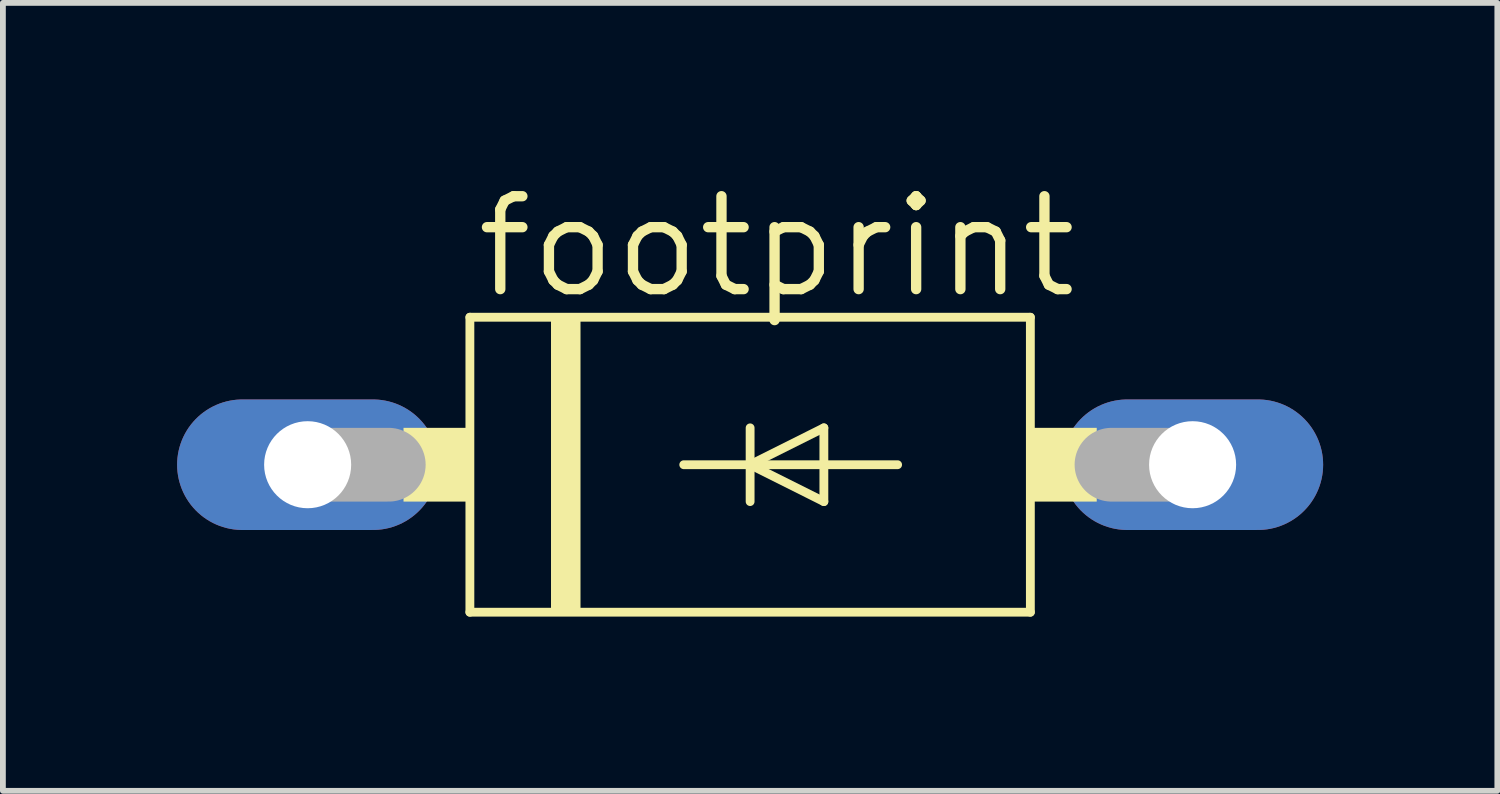
<source format=kicad_pcb>
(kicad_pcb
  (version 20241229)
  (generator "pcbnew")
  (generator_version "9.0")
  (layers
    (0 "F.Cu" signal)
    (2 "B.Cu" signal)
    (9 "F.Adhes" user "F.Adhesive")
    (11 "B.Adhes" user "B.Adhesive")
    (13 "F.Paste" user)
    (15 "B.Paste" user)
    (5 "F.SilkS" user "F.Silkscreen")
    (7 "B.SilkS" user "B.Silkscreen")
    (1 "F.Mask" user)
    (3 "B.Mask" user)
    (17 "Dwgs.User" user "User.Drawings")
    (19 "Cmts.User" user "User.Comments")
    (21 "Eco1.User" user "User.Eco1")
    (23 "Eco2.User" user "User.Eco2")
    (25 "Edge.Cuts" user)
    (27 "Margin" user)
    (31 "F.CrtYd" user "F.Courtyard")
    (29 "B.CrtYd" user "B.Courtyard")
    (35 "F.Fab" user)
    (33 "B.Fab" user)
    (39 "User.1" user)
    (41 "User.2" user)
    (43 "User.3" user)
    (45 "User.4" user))
  (footprint "footprint"
    (layer "F.Cu")
    (at 9.868 4.953)
    (property "Reference" "footprint" (at -4.801 -2.819 0) (layer "F.SilkS") (effects (font (size 1.6 1.6) (thickness 0.178)) (justify left bottom)))
    (fp_line (start -4.826 -2.54) (end 4.826 -2.54) (stroke (width 0.152) (type solid)) (layer "F.SilkS"))
    (fp_line (start -4.826 2.54) (end -4.826 -2.54) (stroke (width 0.152) (type solid)) (layer "F.SilkS"))
    (fp_line (start -1.143 0) (end 0 0) (stroke (width 0.152) (type solid)) (layer "F.SilkS"))
    (fp_line (start 0 -0.635) (end 0 0) (stroke (width 0.152) (type solid)) (layer "F.SilkS"))
    (fp_line (start 0 0) (end 0 0.635) (stroke (width 0.152) (type solid)) (layer "F.SilkS"))
    (fp_line (start 0 0) (end 1.27 -0.635) (stroke (width 0.152) (type solid)) (layer "F.SilkS"))
    (fp_line (start 0 0) (end 2.54 0) (stroke (width 0.152) (type solid)) (layer "F.SilkS"))
    (fp_line (start 1.27 -0.635) (end 1.27 0.635) (stroke (width 0.152) (type solid)) (layer "F.SilkS"))
    (fp_line (start 1.27 0.635) (end 0 0) (stroke (width 0.152) (type solid)) (layer "F.SilkS"))
    (fp_line (start 4.826 -2.54) (end 4.826 2.54) (stroke (width 0.152) (type solid)) (layer "F.SilkS"))
    (fp_line (start 4.826 2.54) (end -4.826 2.54) (stroke (width 0.152) (type solid)) (layer "F.SilkS"))
    (fp_poly (pts (xy -5.969 0.635) (xy -4.826 0.635) (xy -4.826 -0.635) (xy -5.969 -0.635)) (stroke (width 0) (type solid)) (fill yes) (layer "F.SilkS"))
    (fp_poly (pts (xy -3.429 2.54) (xy -2.921 2.54) (xy -2.921 -2.54) (xy -3.429 -2.54)) (stroke (width 0) (type solid)) (fill yes) (layer "F.SilkS"))
    (fp_poly (pts (xy 4.826 0.635) (xy 5.969 0.635) (xy 5.969 -0.635) (xy 4.826 -0.635)) (stroke (width 0) (type solid)) (fill yes) (layer "F.SilkS"))
    (fp_line (start -7.62 0) (end -6.223 0) (stroke (width 1.27) (type solid)) (layer "F.Fab"))
    (fp_line (start 7.62 0) (end 6.223 0) (stroke (width 1.27) (type solid)) (layer "F.Fab"))
    (pad "A" thru_hole oval (at 7.62 0) (size 4.496 2.248) (drill 1.499) (layers "*.Cu" "*.Mask"))
    (pad "C" thru_hole oval (at -7.62 0) (size 4.496 2.248) (drill 1.499) (layers "*.Cu" "*.Mask")))
  (gr_rect
    (start -3 -3)
    (end 22.736 10.569)
    (stroke (width 0.1) (type default))
    (fill no)
    (layer "Edge.Cuts")))
</source>
